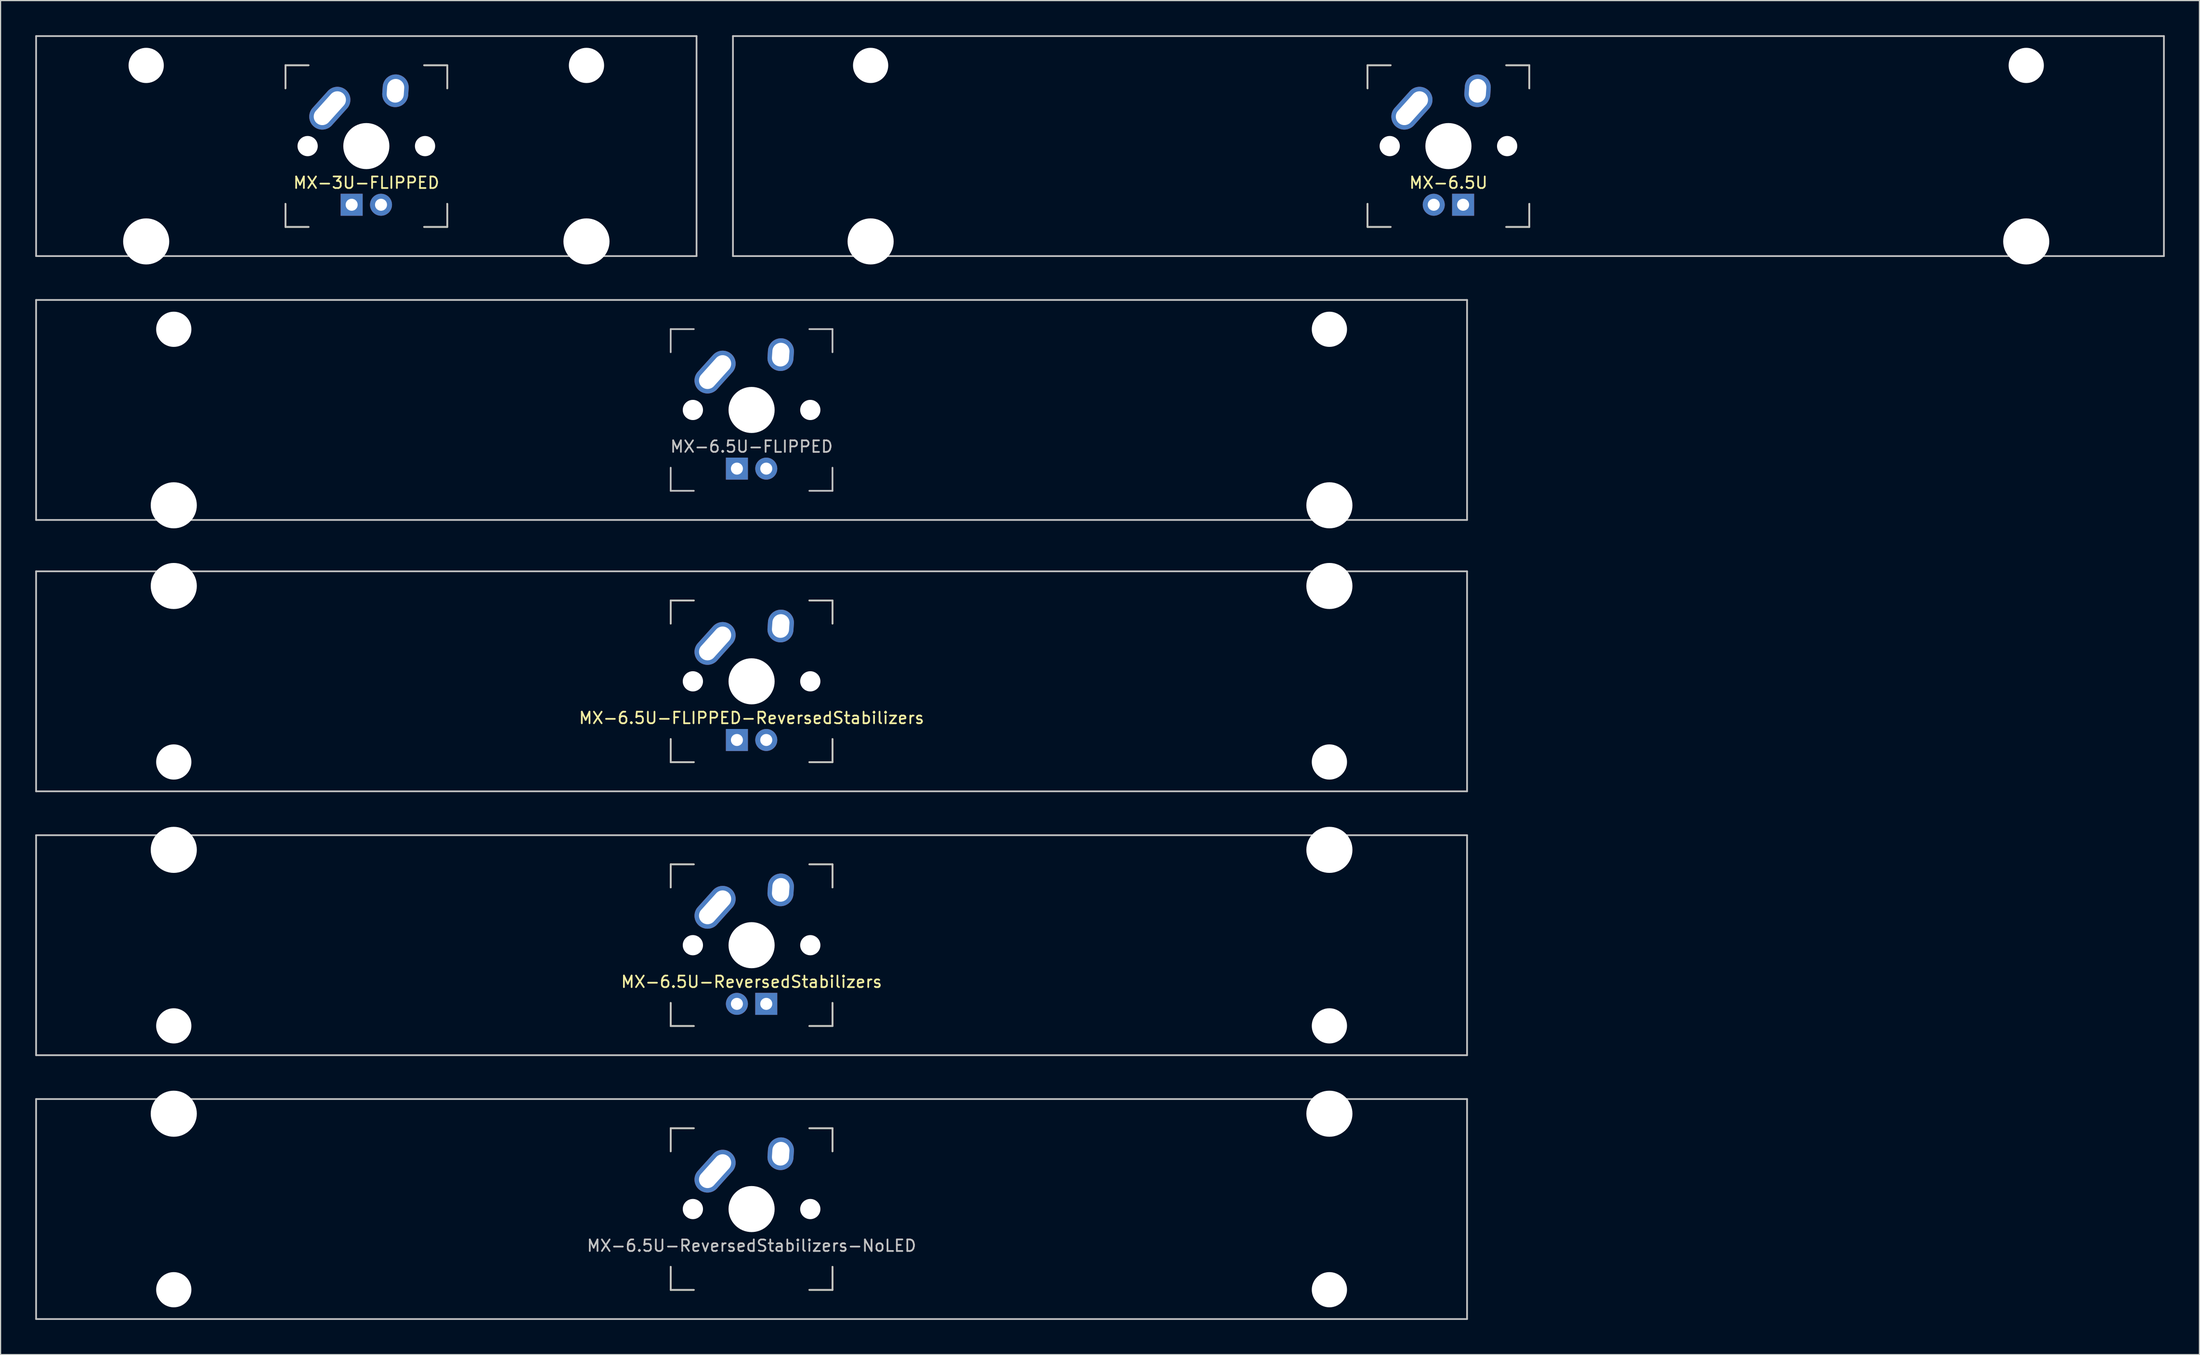
<source format=kicad_pcb>
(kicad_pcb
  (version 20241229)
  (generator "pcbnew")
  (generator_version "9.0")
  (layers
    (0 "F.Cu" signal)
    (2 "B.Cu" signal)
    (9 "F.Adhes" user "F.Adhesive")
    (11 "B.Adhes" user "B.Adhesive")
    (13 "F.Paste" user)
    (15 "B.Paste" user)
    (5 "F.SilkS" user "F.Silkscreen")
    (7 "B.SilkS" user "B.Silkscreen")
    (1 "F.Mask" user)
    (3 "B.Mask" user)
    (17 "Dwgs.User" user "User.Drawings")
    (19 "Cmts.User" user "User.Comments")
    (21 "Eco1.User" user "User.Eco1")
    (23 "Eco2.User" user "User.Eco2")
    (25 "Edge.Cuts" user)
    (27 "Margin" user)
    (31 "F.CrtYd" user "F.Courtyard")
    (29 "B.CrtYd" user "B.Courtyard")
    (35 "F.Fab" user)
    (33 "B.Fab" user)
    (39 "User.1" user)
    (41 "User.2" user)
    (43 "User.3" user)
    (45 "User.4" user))
  (footprint "MX-6.5U-ReversedStabilizers"
    (layer "F.Cu")
    (at 61.987 78.796)
    (property "Reference" "MX-6.5U-ReversedStabilizers" (at 0 3.175 0) (layer "F.SilkS") (effects (font (size 1 1) (thickness 0.15))))
    (attr through_hole)
    (fp_line (start -7 -7) (end -7 -5) (stroke (width 0.15) (type solid)) (layer "F.SilkS"))
    (fp_line (start -7 5) (end -7 7) (stroke (width 0.15) (type solid)) (layer "F.SilkS"))
    (fp_line (start -7 7) (end -5 7) (stroke (width 0.15) (type solid)) (layer "F.SilkS"))
    (fp_line (start -5 -7) (end -7 -7) (stroke (width 0.15) (type solid)) (layer "F.SilkS"))
    (fp_line (start 5 -7) (end 7 -7) (stroke (width 0.15) (type solid)) (layer "F.SilkS"))
    (fp_line (start 5 7) (end 7 7) (stroke (width 0.15) (type solid)) (layer "F.SilkS"))
    (fp_line (start 7 -7) (end 7 -5) (stroke (width 0.15) (type solid)) (layer "F.SilkS"))
    (fp_line (start 7 7) (end 7 5) (stroke (width 0.15) (type solid)) (layer "F.SilkS"))
    (fp_line (start -61.913 -9.525) (end 61.913 -9.525) (stroke (width 0.15) (type solid)) (layer "Dwgs.User"))
    (fp_line (start -61.913 9.525) (end -61.913 -9.525) (stroke (width 0.15) (type solid)) (layer "Dwgs.User"))
    (fp_line (start -61.913 9.525) (end 61.913 9.525) (stroke (width 0.15) (type solid)) (layer "Dwgs.User"))
    (fp_line (start -7 -7) (end -7 -5) (stroke (width 0.15) (type solid)) (layer "Dwgs.User"))
    (fp_line (start -7 5) (end -7 7) (stroke (width 0.15) (type solid)) (layer "Dwgs.User"))
    (fp_line (start -7 7) (end -5 7) (stroke (width 0.15) (type solid)) (layer "Dwgs.User"))
    (fp_line (start -5 -7) (end -7 -7) (stroke (width 0.15) (type solid)) (layer "Dwgs.User"))
    (fp_line (start 5 -7) (end 7 -7) (stroke (width 0.15) (type solid)) (layer "Dwgs.User"))
    (fp_line (start 5 7) (end 7 7) (stroke (width 0.15) (type solid)) (layer "Dwgs.User"))
    (fp_line (start 7 -7) (end 7 -5) (stroke (width 0.15) (type solid)) (layer "Dwgs.User"))
    (fp_line (start 7 7) (end 7 5) (stroke (width 0.15) (type solid)) (layer "Dwgs.User"))
    (fp_line (start 61.913 -9.525) (end 61.913 9.525) (stroke (width 0.15) (type solid)) (layer "Dwgs.User"))
    (pad "" np_thru_hole circle (at -50 -8.255) (size 3.988 3.988) (drill 3.988) (layers "*.Cu" "*.Mask"))
    (pad "" np_thru_hole circle (at -50 6.985) (size 3.048 3.048) (drill 3.048) (layers "*.Cu" "*.Mask"))
    (pad "" np_thru_hole circle (at -5.08 0 48.1) (size 1.75 1.75) (drill 1.75) (layers "*.Cu" "*.Mask"))
    (pad "" np_thru_hole circle (at 0 0) (size 3.988 3.988) (drill 3.988) (layers "*.Cu" "*.Mask"))
    (pad "" np_thru_hole circle (at 5.08 0 48.1) (size 1.75 1.75) (drill 1.75) (layers "*.Cu" "*.Mask"))
    (pad "" np_thru_hole circle (at 50 -8.255) (size 3.988 3.988) (drill 3.988) (layers "*.Cu" "*.Mask"))
    (pad "" np_thru_hole circle (at 50 6.985) (size 3.048 3.048) (drill 3.048) (layers "*.Cu" "*.Mask"))
    (pad "1" thru_hole oval (at -3.16 -3.28 48) (size 4.21 2.25) (drill oval 3.43 1.48) (layers "*.Cu" "*.Mask"))
    (pad "2" thru_hole oval (at 2.52 -4.79 86) (size 2.831 2.25) (drill oval 2.051 1.48) (layers "*.Cu" "*.Mask"))
    (pad "3" thru_hole circle (at -1.27 5.08) (size 1.905 1.905) (drill 1.04) (layers "*.Cu" "*.Mask"))
    (pad "4" thru_hole rect (at 1.27 5.08) (size 1.905 1.905) (drill 1.04) (layers "*.Cu" "*.Mask")))
  (footprint "MX-6.5U-ReversedStabilizers-NoLED"
    (layer "F.Cu")
    (at 61.987 101.644)
    (property "Reference" "MX-6.5U-ReversedStabilizers-NoLED" (at 0 3.175 0) (layer "Dwgs.User") (effects (font (size 1 1) (thickness 0.15))))
    (attr through_hole)
    (fp_line (start -7 -7) (end -7 -5) (stroke (width 0.15) (type solid)) (layer "F.SilkS"))
    (fp_line (start -7 5) (end -7 7) (stroke (width 0.15) (type solid)) (layer "F.SilkS"))
    (fp_line (start -7 7) (end -5 7) (stroke (width 0.15) (type solid)) (layer "F.SilkS"))
    (fp_line (start -5 -7) (end -7 -7) (stroke (width 0.15) (type solid)) (layer "F.SilkS"))
    (fp_line (start 5 -7) (end 7 -7) (stroke (width 0.15) (type solid)) (layer "F.SilkS"))
    (fp_line (start 5 7) (end 7 7) (stroke (width 0.15) (type solid)) (layer "F.SilkS"))
    (fp_line (start 7 -7) (end 7 -5) (stroke (width 0.15) (type solid)) (layer "F.SilkS"))
    (fp_line (start 7 7) (end 7 5) (stroke (width 0.15) (type solid)) (layer "F.SilkS"))
    (fp_line (start -61.913 -9.525) (end 61.913 -9.525) (stroke (width 0.15) (type solid)) (layer "Dwgs.User"))
    (fp_line (start -61.913 9.525) (end -61.913 -9.525) (stroke (width 0.15) (type solid)) (layer "Dwgs.User"))
    (fp_line (start -61.913 9.525) (end 61.913 9.525) (stroke (width 0.15) (type solid)) (layer "Dwgs.User"))
    (fp_line (start -7 -7) (end -7 -5) (stroke (width 0.15) (type solid)) (layer "Dwgs.User"))
    (fp_line (start -7 5) (end -7 7) (stroke (width 0.15) (type solid)) (layer "Dwgs.User"))
    (fp_line (start -7 7) (end -5 7) (stroke (width 0.15) (type solid)) (layer "Dwgs.User"))
    (fp_line (start -5 -7) (end -7 -7) (stroke (width 0.15) (type solid)) (layer "Dwgs.User"))
    (fp_line (start 5 -7) (end 7 -7) (stroke (width 0.15) (type solid)) (layer "Dwgs.User"))
    (fp_line (start 5 7) (end 7 7) (stroke (width 0.15) (type solid)) (layer "Dwgs.User"))
    (fp_line (start 7 -7) (end 7 -5) (stroke (width 0.15) (type solid)) (layer "Dwgs.User"))
    (fp_line (start 7 7) (end 7 5) (stroke (width 0.15) (type solid)) (layer "Dwgs.User"))
    (fp_line (start 61.913 -9.525) (end 61.913 9.525) (stroke (width 0.15) (type solid)) (layer "Dwgs.User"))
    (pad "" np_thru_hole circle (at -50 -8.255) (size 3.988 3.988) (drill 3.988) (layers "*.Cu" "*.Mask"))
    (pad "" np_thru_hole circle (at -50 6.985) (size 3.048 3.048) (drill 3.048) (layers "*.Cu" "*.Mask"))
    (pad "" np_thru_hole circle (at -5.08 0 48.1) (size 1.75 1.75) (drill 1.75) (layers "*.Cu" "*.Mask"))
    (pad "" np_thru_hole circle (at 0 0) (size 3.988 3.988) (drill 3.988) (layers "*.Cu" "*.Mask"))
    (pad "" np_thru_hole circle (at 5.08 0 48.1) (size 1.75 1.75) (drill 1.75) (layers "*.Cu" "*.Mask"))
    (pad "" np_thru_hole circle (at 50 -8.255) (size 3.988 3.988) (drill 3.988) (layers "*.Cu" "*.Mask"))
    (pad "" np_thru_hole circle (at 50 6.985) (size 3.048 3.048) (drill 3.048) (layers "*.Cu" "*.Mask"))
    (pad "1" thru_hole oval (at -3.16 -3.28 48) (size 4.21 2.25) (drill oval 3.43 1.48) (layers "*.Cu" "B.Mask"))
    (pad "2" thru_hole oval (at 2.52 -4.79 86) (size 2.831 2.25) (drill oval 2.051 1.48) (layers "*.Cu" "B.Mask")))
  (footprint "MX-6.5U"
    (layer "F.Cu")
    (at 122.287 9.6)
    (property "Reference" "MX-6.5U" (at 0 3.175 0) (layer "F.SilkS") (effects (font (size 1 1) (thickness 0.15))))
    (attr through_hole)
    (fp_line (start -7 -7) (end -7 -5) (stroke (width 0.15) (type solid)) (layer "F.SilkS"))
    (fp_line (start -7 5) (end -7 7) (stroke (width 0.15) (type solid)) (layer "F.SilkS"))
    (fp_line (start -7 7) (end -5 7) (stroke (width 0.15) (type solid)) (layer "F.SilkS"))
    (fp_line (start -5 -7) (end -7 -7) (stroke (width 0.15) (type solid)) (layer "F.SilkS"))
    (fp_line (start 5 -7) (end 7 -7) (stroke (width 0.15) (type solid)) (layer "F.SilkS"))
    (fp_line (start 5 7) (end 7 7) (stroke (width 0.15) (type solid)) (layer "F.SilkS"))
    (fp_line (start 7 -7) (end 7 -5) (stroke (width 0.15) (type solid)) (layer "F.SilkS"))
    (fp_line (start 7 7) (end 7 5) (stroke (width 0.15) (type solid)) (layer "F.SilkS"))
    (fp_line (start -61.913 -9.525) (end 61.913 -9.525) (stroke (width 0.15) (type solid)) (layer "Dwgs.User"))
    (fp_line (start -61.913 9.525) (end -61.913 -9.525) (stroke (width 0.15) (type solid)) (layer "Dwgs.User"))
    (fp_line (start -61.913 9.525) (end 61.913 9.525) (stroke (width 0.15) (type solid)) (layer "Dwgs.User"))
    (fp_line (start -7 -7) (end -7 -5) (stroke (width 0.15) (type solid)) (layer "Dwgs.User"))
    (fp_line (start -7 5) (end -7 7) (stroke (width 0.15) (type solid)) (layer "Dwgs.User"))
    (fp_line (start -7 7) (end -5 7) (stroke (width 0.15) (type solid)) (layer "Dwgs.User"))
    (fp_line (start -5 -7) (end -7 -7) (stroke (width 0.15) (type solid)) (layer "Dwgs.User"))
    (fp_line (start 5 -7) (end 7 -7) (stroke (width 0.15) (type solid)) (layer "Dwgs.User"))
    (fp_line (start 5 7) (end 7 7) (stroke (width 0.15) (type solid)) (layer "Dwgs.User"))
    (fp_line (start 7 -7) (end 7 -5) (stroke (width 0.15) (type solid)) (layer "Dwgs.User"))
    (fp_line (start 7 7) (end 7 5) (stroke (width 0.15) (type solid)) (layer "Dwgs.User"))
    (fp_line (start 61.913 -9.525) (end 61.913 9.525) (stroke (width 0.15) (type solid)) (layer "Dwgs.User"))
    (pad "" np_thru_hole circle (at -50 -6.985) (size 3.048 3.048) (drill 3.048) (layers "*.Cu" "*.Mask"))
    (pad "" np_thru_hole circle (at -50 8.255) (size 3.988 3.988) (drill 3.988) (layers "*.Cu" "*.Mask"))
    (pad "" np_thru_hole circle (at -5.08 0 48.1) (size 1.75 1.75) (drill 1.75) (layers "*.Cu" "*.Mask"))
    (pad "" np_thru_hole circle (at 0 0) (size 3.988 3.988) (drill 3.988) (layers "*.Cu" "*.Mask"))
    (pad "" np_thru_hole circle (at 5.08 0 48.1) (size 1.75 1.75) (drill 1.75) (layers "*.Cu" "*.Mask"))
    (pad "" np_thru_hole circle (at 50 -6.985) (size 3.048 3.048) (drill 3.048) (layers "*.Cu" "*.Mask"))
    (pad "" np_thru_hole circle (at 50 8.255) (size 3.988 3.988) (drill 3.988) (layers "*.Cu" "*.Mask"))
    (pad "1" thru_hole oval (at -3.16 -3.28 48) (size 4.21 2.25) (drill oval 3.43 1.48) (layers "*.Cu" "*.Mask"))
    (pad "2" thru_hole oval (at 2.52 -4.79 86) (size 2.831 2.25) (drill oval 2.051 1.48) (layers "*.Cu" "*.Mask"))
    (pad "3" thru_hole circle (at -1.27 5.08) (size 1.905 1.905) (drill 1.04) (layers "*.Cu" "*.Mask"))
    (pad "4" thru_hole rect (at 1.27 5.08) (size 1.905 1.905) (drill 1.04) (layers "*.Cu" "*.Mask")))
  (footprint "MX-6.5U-FLIPPED"
    (layer "F.Cu")
    (at 61.987 32.449)
    (property "Reference" "MX-6.5U-FLIPPED" (at 0 3.175 0) (layer "Dwgs.User") (effects (font (size 1 1) (thickness 0.15))))
    (attr through_hole)
    (fp_line (start -61.913 -9.525) (end 61.913 -9.525) (stroke (width 0.15) (type solid)) (layer "Dwgs.User"))
    (fp_line (start -61.913 9.525) (end -61.913 -9.525) (stroke (width 0.15) (type solid)) (layer "Dwgs.User"))
    (fp_line (start -61.913 9.525) (end 61.913 9.525) (stroke (width 0.15) (type solid)) (layer "Dwgs.User"))
    (fp_line (start -7 -7) (end -7 -5) (stroke (width 0.15) (type solid)) (layer "Dwgs.User"))
    (fp_line (start -7 5) (end -7 7) (stroke (width 0.15) (type solid)) (layer "Dwgs.User"))
    (fp_line (start -7 7) (end -5 7) (stroke (width 0.15) (type solid)) (layer "Dwgs.User"))
    (fp_line (start -5 -7) (end -7 -7) (stroke (width 0.15) (type solid)) (layer "Dwgs.User"))
    (fp_line (start 5 -7) (end 7 -7) (stroke (width 0.15) (type solid)) (layer "Dwgs.User"))
    (fp_line (start 5 7) (end 7 7) (stroke (width 0.15) (type solid)) (layer "Dwgs.User"))
    (fp_line (start 7 -7) (end 7 -5) (stroke (width 0.15) (type solid)) (layer "Dwgs.User"))
    (fp_line (start 7 7) (end 7 5) (stroke (width 0.15) (type solid)) (layer "Dwgs.User"))
    (fp_line (start 61.913 -9.525) (end 61.913 9.525) (stroke (width 0.15) (type solid)) (layer "Dwgs.User"))
    (pad "" np_thru_hole circle (at -50 -6.985) (size 3.048 3.048) (drill 3.048) (layers "*.Cu" "*.Mask"))
    (pad "" np_thru_hole circle (at -50 8.255) (size 3.988 3.988) (drill 3.988) (layers "*.Cu" "*.Mask"))
    (pad "" np_thru_hole circle (at -5.08 0 48.1) (size 1.75 1.75) (drill 1.75) (layers "*.Cu" "*.Mask"))
    (pad "" np_thru_hole circle (at 0 0) (size 3.988 3.988) (drill 3.988) (layers "*.Cu" "*.Mask"))
    (pad "" np_thru_hole circle (at 5.08 0 48.1) (size 1.75 1.75) (drill 1.75) (layers "*.Cu" "*.Mask"))
    (pad "" np_thru_hole circle (at 50 -6.985) (size 3.048 3.048) (drill 3.048) (layers "*.Cu" "*.Mask"))
    (pad "" np_thru_hole circle (at 50 8.255) (size 3.988 3.988) (drill 3.988) (layers "*.Cu" "*.Mask"))
    (pad "1" thru_hole oval (at -3.16 -3.28 48) (size 4.21 2.25) (drill oval 3.43 1.48) (layers "*.Cu" "B.Mask"))
    (pad "2" thru_hole oval (at 2.52 -4.79 86) (size 2.831 2.25) (drill oval 2.051 1.48) (layers "*.Cu" "B.Mask"))
    (pad "3" thru_hole circle (at 1.27 5.08) (size 1.905 1.905) (drill 1.04) (layers "*.Cu" "B.Mask"))
    (pad "4" thru_hole rect (at -1.27 5.08) (size 1.905 1.905) (drill 1.04) (layers "*.Cu" "B.Mask")))
  (footprint "MX-3U-FLIPPED"
    (layer "F.Cu")
    (at 28.65 9.6)
    (property "Reference" "MX-3U-FLIPPED" (at 0 3.175 0) (layer "F.SilkS") (effects (font (size 1 1) (thickness 0.15))))
    (attr through_hole)
    (fp_line (start -7 -7) (end -7 -5) (stroke (width 0.15) (type solid)) (layer "F.SilkS"))
    (fp_line (start -7 5) (end -7 7) (stroke (width 0.15) (type solid)) (layer "F.SilkS"))
    (fp_line (start -7 7) (end -5 7) (stroke (width 0.15) (type solid)) (layer "F.SilkS"))
    (fp_line (start -5 -7) (end -7 -7) (stroke (width 0.15) (type solid)) (layer "F.SilkS"))
    (fp_line (start 5 -7) (end 7 -7) (stroke (width 0.15) (type solid)) (layer "F.SilkS"))
    (fp_line (start 5 7) (end 7 7) (stroke (width 0.15) (type solid)) (layer "F.SilkS"))
    (fp_line (start 7 -7) (end 7 -5) (stroke (width 0.15) (type solid)) (layer "F.SilkS"))
    (fp_line (start 7 7) (end 7 5) (stroke (width 0.15) (type solid)) (layer "F.SilkS"))
    (fp_line (start -28.575 -9.525) (end 28.575 -9.525) (stroke (width 0.15) (type solid)) (layer "Dwgs.User"))
    (fp_line (start -28.575 9.525) (end -28.575 -9.525) (stroke (width 0.15) (type solid)) (layer "Dwgs.User"))
    (fp_line (start -28.575 9.525) (end 28.575 9.525) (stroke (width 0.15) (type solid)) (layer "Dwgs.User"))
    (fp_line (start -7 -7) (end -7 -5) (stroke (width 0.15) (type solid)) (layer "Dwgs.User"))
    (fp_line (start -7 5) (end -7 7) (stroke (width 0.15) (type solid)) (layer "Dwgs.User"))
    (fp_line (start -7 7) (end -5 7) (stroke (width 0.15) (type solid)) (layer "Dwgs.User"))
    (fp_line (start -5 -7) (end -7 -7) (stroke (width 0.15) (type solid)) (layer "Dwgs.User"))
    (fp_line (start 5 -7) (end 7 -7) (stroke (width 0.15) (type solid)) (layer "Dwgs.User"))
    (fp_line (start 5 7) (end 7 7) (stroke (width 0.15) (type solid)) (layer "Dwgs.User"))
    (fp_line (start 7 -7) (end 7 -5) (stroke (width 0.15) (type solid)) (layer "Dwgs.User"))
    (fp_line (start 7 7) (end 7 5) (stroke (width 0.15) (type solid)) (layer "Dwgs.User"))
    (fp_line (start 28.575 -9.525) (end 28.575 9.525) (stroke (width 0.15) (type solid)) (layer "Dwgs.User"))
    (pad "" np_thru_hole circle (at -19.05 -6.985) (size 3.048 3.048) (drill 3.048) (layers "*.Cu" "*.Mask"))
    (pad "" np_thru_hole circle (at -19.05 8.255) (size 3.988 3.988) (drill 3.988) (layers "*.Cu" "*.Mask"))
    (pad "" np_thru_hole circle (at -5.08 0 48.1) (size 1.75 1.75) (drill 1.75) (layers "*.Cu" "*.Mask"))
    (pad "" np_thru_hole circle (at 0 0) (size 3.988 3.988) (drill 3.988) (layers "*.Cu" "*.Mask"))
    (pad "" np_thru_hole circle (at 5.08 0 48.1) (size 1.75 1.75) (drill 1.75) (layers "*.Cu" "*.Mask"))
    (pad "" np_thru_hole circle (at 19.05 -6.985) (size 3.048 3.048) (drill 3.048) (layers "*.Cu" "*.Mask"))
    (pad "" np_thru_hole circle (at 19.05 8.255) (size 3.988 3.988) (drill 3.988) (layers "*.Cu" "*.Mask"))
    (pad "1" thru_hole oval (at -3.16 -3.28 48) (size 4.21 2.25) (drill oval 3.43 1.48) (layers "*.Cu" "*.Mask"))
    (pad "2" thru_hole oval (at 2.52 -4.79 86) (size 2.831 2.25) (drill oval 2.051 1.48) (layers "*.Cu" "*.Mask"))
    (pad "3" thru_hole circle (at 1.27 5.08) (size 1.905 1.905) (drill 1.04) (layers "*.Cu" "*.Mask"))
    (pad "4" thru_hole rect (at -1.27 5.08) (size 1.905 1.905) (drill 1.04) (layers "*.Cu" "*.Mask")))
  (footprint "MX-6.5U-FLIPPED-ReversedStabilizers"
    (layer "F.Cu")
    (at 61.987 55.947)
    (property "Reference" "MX-6.5U-FLIPPED-ReversedStabilizers" (at 0 3.175 0) (layer "F.SilkS") (effects (font (size 1 1) (thickness 0.15))))
    (attr through_hole)
    (fp_line (start -7 -7) (end -7 -5) (stroke (width 0.15) (type solid)) (layer "F.SilkS"))
    (fp_line (start -7 5) (end -7 7) (stroke (width 0.15) (type solid)) (layer "F.SilkS"))
    (fp_line (start -7 7) (end -5 7) (stroke (width 0.15) (type solid)) (layer "F.SilkS"))
    (fp_line (start -5 -7) (end -7 -7) (stroke (width 0.15) (type solid)) (layer "F.SilkS"))
    (fp_line (start 5 -7) (end 7 -7) (stroke (width 0.15) (type solid)) (layer "F.SilkS"))
    (fp_line (start 5 7) (end 7 7) (stroke (width 0.15) (type solid)) (layer "F.SilkS"))
    (fp_line (start 7 -7) (end 7 -5) (stroke (width 0.15) (type solid)) (layer "F.SilkS"))
    (fp_line (start 7 7) (end 7 5) (stroke (width 0.15) (type solid)) (layer "F.SilkS"))
    (fp_line (start -61.913 -9.525) (end 61.913 -9.525) (stroke (width 0.15) (type solid)) (layer "Dwgs.User"))
    (fp_line (start -61.913 9.525) (end -61.913 -9.525) (stroke (width 0.15) (type solid)) (layer "Dwgs.User"))
    (fp_line (start -61.913 9.525) (end 61.913 9.525) (stroke (width 0.15) (type solid)) (layer "Dwgs.User"))
    (fp_line (start -7 -7) (end -7 -5) (stroke (width 0.15) (type solid)) (layer "Dwgs.User"))
    (fp_line (start -7 5) (end -7 7) (stroke (width 0.15) (type solid)) (layer "Dwgs.User"))
    (fp_line (start -7 7) (end -5 7) (stroke (width 0.15) (type solid)) (layer "Dwgs.User"))
    (fp_line (start -5 -7) (end -7 -7) (stroke (width 0.15) (type solid)) (layer "Dwgs.User"))
    (fp_line (start 5 -7) (end 7 -7) (stroke (width 0.15) (type solid)) (layer "Dwgs.User"))
    (fp_line (start 5 7) (end 7 7) (stroke (width 0.15) (type solid)) (layer "Dwgs.User"))
    (fp_line (start 7 -7) (end 7 -5) (stroke (width 0.15) (type solid)) (layer "Dwgs.User"))
    (fp_line (start 7 7) (end 7 5) (stroke (width 0.15) (type solid)) (layer "Dwgs.User"))
    (fp_line (start 61.913 -9.525) (end 61.913 9.525) (stroke (width 0.15) (type solid)) (layer "Dwgs.User"))
    (pad "" np_thru_hole circle (at -50 -8.255) (size 3.988 3.988) (drill 3.988) (layers "*.Cu" "*.Mask"))
    (pad "" np_thru_hole circle (at -50 6.985) (size 3.048 3.048) (drill 3.048) (layers "*.Cu" "*.Mask"))
    (pad "" np_thru_hole circle (at -5.08 0 48.1) (size 1.75 1.75) (drill 1.75) (layers "*.Cu" "*.Mask"))
    (pad "" np_thru_hole circle (at 0 0) (size 3.988 3.988) (drill 3.988) (layers "*.Cu" "*.Mask"))
    (pad "" np_thru_hole circle (at 5.08 0 48.1) (size 1.75 1.75) (drill 1.75) (layers "*.Cu" "*.Mask"))
    (pad "" np_thru_hole circle (at 50 -8.255) (size 3.988 3.988) (drill 3.988) (layers "*.Cu" "*.Mask"))
    (pad "" np_thru_hole circle (at 50 6.985) (size 3.048 3.048) (drill 3.048) (layers "*.Cu" "*.Mask"))
    (pad "1" thru_hole oval (at -3.16 -3.28 48) (size 4.21 2.25) (drill oval 3.43 1.48) (layers "*.Cu" "*.Mask"))
    (pad "2" thru_hole oval (at 2.52 -4.79 86) (size 2.831 2.25) (drill oval 2.051 1.48) (layers "*.Cu" "*.Mask"))
    (pad "3" thru_hole circle (at 1.27 5.08) (size 1.905 1.905) (drill 1.04) (layers "*.Cu" "*.Mask"))
    (pad "4" thru_hole rect (at -1.27 5.08) (size 1.905 1.905) (drill 1.04) (layers "*.Cu" "*.Mask")))
  (gr_rect
    (start -3 -3)
    (end 187.275 114.245)
    (stroke (width 0.1) (type default))
    (fill no)
    (layer "Edge.Cuts")))
</source>
